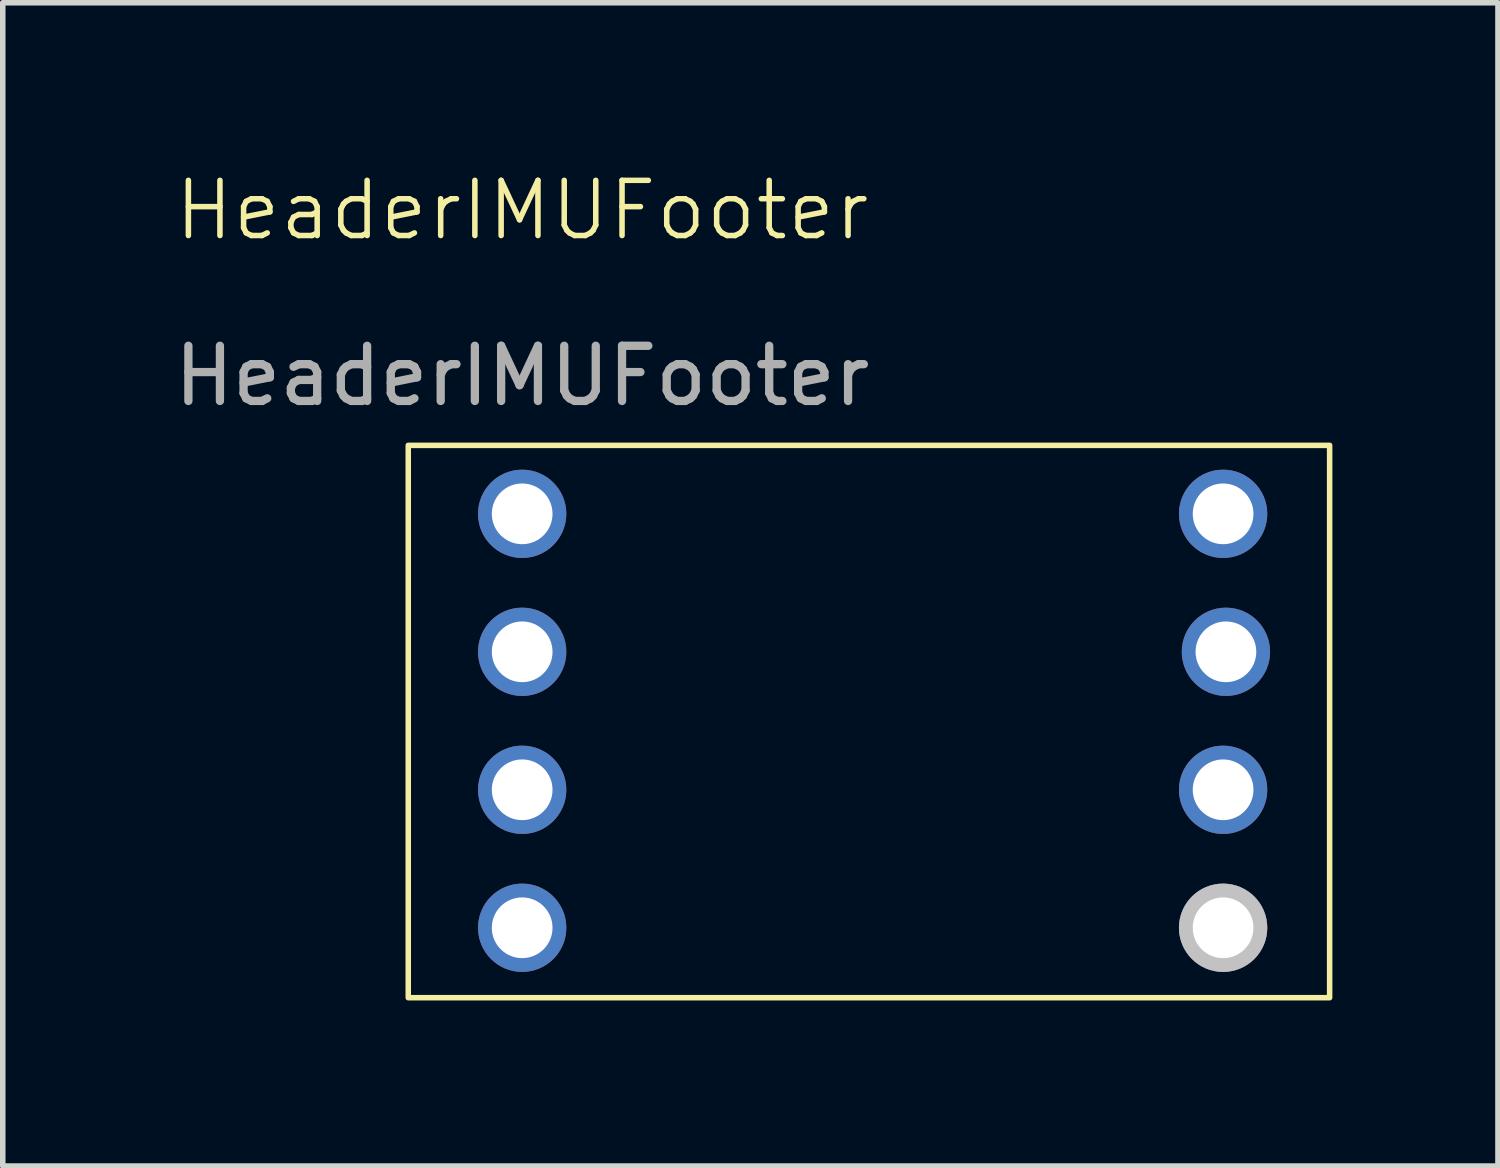
<source format=kicad_pcb>
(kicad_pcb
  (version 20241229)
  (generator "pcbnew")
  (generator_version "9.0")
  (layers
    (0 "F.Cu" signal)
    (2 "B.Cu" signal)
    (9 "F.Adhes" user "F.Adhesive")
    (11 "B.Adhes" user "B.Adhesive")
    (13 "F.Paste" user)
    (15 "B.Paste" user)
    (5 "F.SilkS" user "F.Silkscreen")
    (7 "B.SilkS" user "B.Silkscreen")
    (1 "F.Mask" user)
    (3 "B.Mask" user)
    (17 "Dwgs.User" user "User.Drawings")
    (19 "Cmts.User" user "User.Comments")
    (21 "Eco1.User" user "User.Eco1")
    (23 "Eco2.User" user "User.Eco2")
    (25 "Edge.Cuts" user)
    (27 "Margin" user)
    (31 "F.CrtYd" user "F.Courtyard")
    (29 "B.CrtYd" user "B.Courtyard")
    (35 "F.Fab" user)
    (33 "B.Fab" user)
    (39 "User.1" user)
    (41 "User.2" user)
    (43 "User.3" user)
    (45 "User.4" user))
  (footprint "HeaderIMUFooter"
    (layer "F.Cu")
    (at 6.411 1.26)
    (property "Reference" "HeaderIMUFooter" (at 0 -0.5 0) (unlocked yes) (layer "F.SilkS") (effects (font (size 1 1) (thickness 0.1))))
    (attr smd)
    (fp_rect (start -2.064 3.759) (end 14.63 13.767) (stroke (width 0.1) (type default)) (fill no) (layer "F.SilkS"))
    (fp_text user "${REFERENCE}" (at 0 2.5 0) (unlocked yes) (layer "F.Fab") (effects (font (size 1 1) (thickness 0.15))))
    (pad "1" thru_hole circle (at 0 5) (size 1.6 1.6) (drill 1.1) (layers "*.Cu" "*.Mask"))
    (pad "2" thru_hole circle (at 0 7.5) (size 1.6 1.6) (drill 1.1) (layers "*.Cu" "*.Mask"))
    (pad "3" thru_hole circle (at 0 10) (size 1.6 1.6) (drill 1.1) (layers "*.Cu" "*.Mask"))
    (pad "4" thru_hole circle (at 0 12.5) (size 1.6 1.6) (drill 1.1) (layers "*.Cu" "*.Mask"))
    (pad "5" thru_hole circle (at 12.7 5) (size 1.6 1.6) (drill 1.1) (layers "*.Cu" "*.Mask"))
    (pad "6" thru_hole circle (at 12.751 7.5) (size 1.6 1.6) (drill 1.1) (layers "*.Cu" "*.Mask"))
    (pad "7" thru_hole circle (at 12.7 10) (size 1.6 1.6) (drill 1.1) (layers "*.Cu" "*.Mask"))
    (pad "8" thru_hole circle (at 12.7 12.5) (size 1.6 1.6) (drill 1.1) (layers "*.Cu" "*.Mask" "Dwgs.User")))
  (gr_rect
    (start -3 -3)
    (end 24.091 18.077)
    (stroke (width 0.1) (type default))
    (fill no)
    (layer "Edge.Cuts")))
</source>
